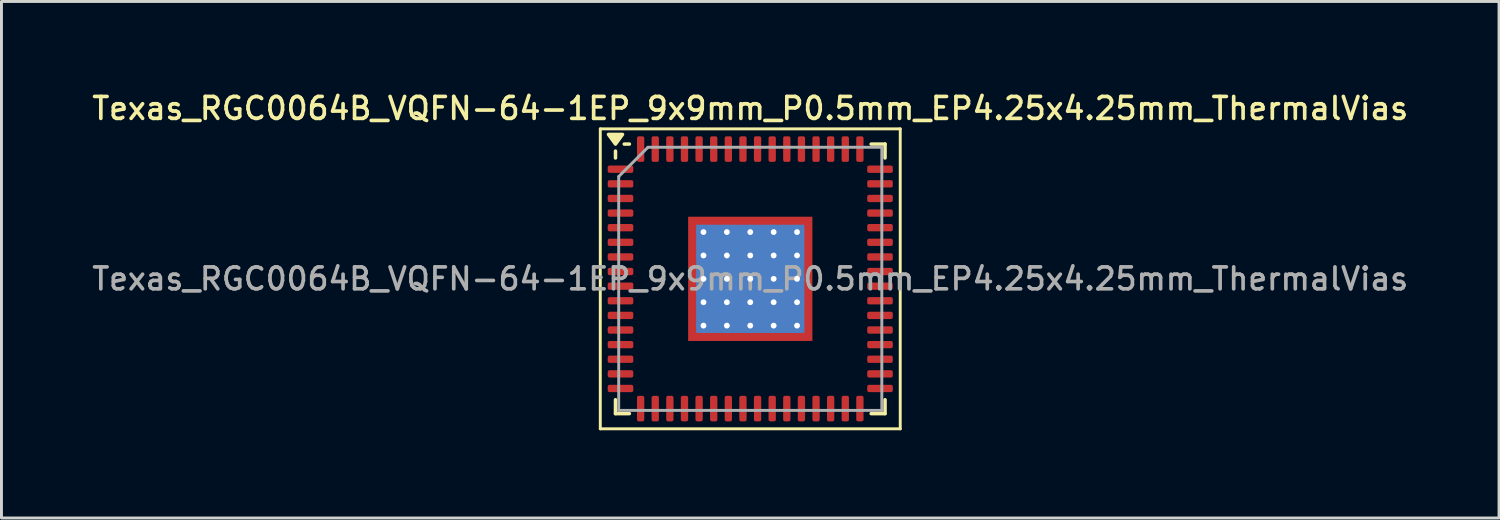
<source format=kicad_pcb>
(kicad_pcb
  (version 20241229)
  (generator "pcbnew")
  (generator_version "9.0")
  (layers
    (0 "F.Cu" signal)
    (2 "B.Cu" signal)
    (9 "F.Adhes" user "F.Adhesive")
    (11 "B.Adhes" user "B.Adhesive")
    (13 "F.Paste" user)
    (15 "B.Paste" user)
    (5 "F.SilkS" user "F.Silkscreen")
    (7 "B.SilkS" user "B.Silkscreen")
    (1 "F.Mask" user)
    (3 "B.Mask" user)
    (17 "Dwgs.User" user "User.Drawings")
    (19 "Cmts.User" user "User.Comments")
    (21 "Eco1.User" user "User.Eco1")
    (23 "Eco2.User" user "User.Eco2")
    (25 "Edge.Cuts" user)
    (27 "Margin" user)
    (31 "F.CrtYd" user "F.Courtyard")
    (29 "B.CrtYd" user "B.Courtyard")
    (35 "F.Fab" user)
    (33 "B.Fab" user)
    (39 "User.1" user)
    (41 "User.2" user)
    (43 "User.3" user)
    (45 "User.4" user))
  (footprint "Texas_RGC0064B_VQFN-64-1EP_9x9mm_P0.5mm_EP4.25x4.25mm_ThermalVias"
    (layer "F.Cu")
    (at 22.613 6.488)
    (property "Reference" "Texas_RGC0064B_VQFN-64-1EP_9x9mm_P0.5mm_EP4.25x4.25mm_ThermalVias" (at 0 -5.83 0) (layer "F.SilkS") (effects (font (size 0.75 0.75) (thickness 0.125))))
    (attr smd)
    (fp_line (start -5.13 -5.13) (end -5.13 5.13) (stroke (width 0.1) (type solid)) (layer "F.SilkS"))
    (fp_line (start -5.13 5.13) (end 5.13 5.13) (stroke (width 0.1) (type solid)) (layer "F.SilkS"))
    (fp_line (start -4.61 -4.135) (end -4.61 -4.37) (stroke (width 0.12) (type solid)) (layer "F.SilkS"))
    (fp_line (start -4.61 4.61) (end -4.61 4.135) (stroke (width 0.12) (type solid)) (layer "F.SilkS"))
    (fp_line (start -4.135 -4.61) (end -4.31 -4.61) (stroke (width 0.12) (type solid)) (layer "F.SilkS"))
    (fp_line (start -4.135 4.61) (end -4.61 4.61) (stroke (width 0.12) (type solid)) (layer "F.SilkS"))
    (fp_line (start 4.135 -4.61) (end 4.61 -4.61) (stroke (width 0.12) (type solid)) (layer "F.SilkS"))
    (fp_line (start 4.135 4.61) (end 4.61 4.61) (stroke (width 0.12) (type solid)) (layer "F.SilkS"))
    (fp_line (start 4.61 -4.61) (end 4.61 -4.135) (stroke (width 0.12) (type solid)) (layer "F.SilkS"))
    (fp_line (start 4.61 4.61) (end 4.61 4.135) (stroke (width 0.12) (type solid)) (layer "F.SilkS"))
    (fp_line (start 5.13 -5.13) (end -5.13 -5.13) (stroke (width 0.1) (type solid)) (layer "F.SilkS"))
    (fp_line (start 5.13 5.13) (end 5.13 -5.13) (stroke (width 0.1) (type solid)) (layer "F.SilkS"))
    (fp_poly (pts (xy -4.61 -4.61) (xy -4.85 -4.94) (xy -4.37 -4.94) (xy -4.61 -4.61)) (stroke (width 0.12) (type solid)) (fill yes) (layer "F.SilkS"))
    (fp_line (start -4.5 -3.5) (end -3.5 -4.5) (stroke (width 0.1) (type solid)) (layer "F.Fab"))
    (fp_line (start -4.5 4.5) (end -4.5 -3.5) (stroke (width 0.1) (type solid)) (layer "F.Fab"))
    (fp_line (start -3.5 -4.5) (end 4.5 -4.5) (stroke (width 0.1) (type solid)) (layer "F.Fab"))
    (fp_line (start 4.5 -4.5) (end 4.5 4.5) (stroke (width 0.1) (type solid)) (layer "F.Fab"))
    (fp_line (start 4.5 4.5) (end -4.5 4.5) (stroke (width 0.1) (type solid)) (layer "F.Fab"))
    (fp_text user "${REFERENCE}" (at 0 0 0) (layer "F.Fab") (effects (font (size 0.75 0.75) (thickness 0.125))))
    (pad "" smd custom (at -1.863 -1.863) (size 0.295 0.295) (layers "F.Paste") (options (anchor circle)) (primitives (gr_poly (pts (xy -0.106 -0.106) (xy 0.106 -0.106) (xy 0.106 -0.013) (xy -0.013 0.106) (xy -0.106 0.106)) (width 0.212) (fill yes))))
    (pad "" smd custom (at -1.863 -1.2) (size 0.314 0.314) (layers "F.Paste") (options (anchor circle)) (primitives (gr_poly (pts (xy -0.106 -0.217) (xy 0.013 -0.217) (xy 0.106 -0.124) (xy 0.106 0.124) (xy 0.013 0.217) (xy -0.106 0.217)) (width 0.212) (fill yes))))
    (pad "" smd custom (at -1.863 -0.4) (size 0.314 0.314) (layers "F.Paste") (options (anchor circle)) (primitives (gr_poly (pts (xy -0.106 -0.217) (xy 0.013 -0.217) (xy 0.106 -0.124) (xy 0.106 0.124) (xy 0.013 0.217) (xy -0.106 0.217)) (width 0.212) (fill yes))))
    (pad "" smd custom (at -1.863 0.4) (size 0.314 0.314) (layers "F.Paste") (options (anchor circle)) (primitives (gr_poly (pts (xy -0.106 -0.217) (xy 0.013 -0.217) (xy 0.106 -0.124) (xy 0.106 0.124) (xy 0.013 0.217) (xy -0.106 0.217)) (width 0.212) (fill yes))))
    (pad "" smd custom (at -1.863 1.2) (size 0.314 0.314) (layers "F.Paste") (options (anchor circle)) (primitives (gr_poly (pts (xy -0.106 -0.217) (xy 0.013 -0.217) (xy 0.106 -0.124) (xy 0.106 0.124) (xy 0.013 0.217) (xy -0.106 0.217)) (width 0.212) (fill yes))))
    (pad "" smd custom (at -1.863 1.863) (size 0.295 0.295) (layers "F.Paste") (options (anchor circle)) (primitives (gr_poly (pts (xy -0.106 -0.106) (xy -0.013 -0.106) (xy 0.106 0.013) (xy 0.106 0.106) (xy -0.106 0.106)) (width 0.212) (fill yes))))
    (pad "" smd custom (at -1.2 -1.863) (size 0.314 0.314) (layers "F.Paste") (options (anchor circle)) (primitives (gr_poly (pts (xy -0.217 -0.106) (xy 0.217 -0.106) (xy 0.217 0.013) (xy 0.124 0.106) (xy -0.124 0.106) (xy -0.217 0.013)) (width 0.212) (fill yes))))
    (pad "" smd custom (at -1.2 -1.2) (size 0.555 0.555) (layers "F.Paste") (options (anchor circle)) (primitives (gr_poly (pts (xy -0.232 -0.157) (xy -0.157 -0.232) (xy 0.157 -0.232) (xy 0.232 -0.157) (xy 0.232 0.157) (xy 0.157 0.232) (xy -0.157 0.232) (xy -0.232 0.157)) (width 0.181) (fill yes))))
    (pad "" smd custom (at -1.2 -0.4) (size 0.555 0.555) (layers "F.Paste") (options (anchor circle)) (primitives (gr_poly (pts (xy -0.232 -0.157) (xy -0.157 -0.232) (xy 0.157 -0.232) (xy 0.232 -0.157) (xy 0.232 0.157) (xy 0.157 0.232) (xy -0.157 0.232) (xy -0.232 0.157)) (width 0.181) (fill yes))))
    (pad "" smd custom (at -1.2 0.4) (size 0.555 0.555) (layers "F.Paste") (options (anchor circle)) (primitives (gr_poly (pts (xy -0.232 -0.157) (xy -0.157 -0.232) (xy 0.157 -0.232) (xy 0.232 -0.157) (xy 0.232 0.157) (xy 0.157 0.232) (xy -0.157 0.232) (xy -0.232 0.157)) (width 0.181) (fill yes))))
    (pad "" smd custom (at -1.2 1.2) (size 0.555 0.555) (layers "F.Paste") (options (anchor circle)) (primitives (gr_poly (pts (xy -0.232 -0.157) (xy -0.157 -0.232) (xy 0.157 -0.232) (xy 0.232 -0.157) (xy 0.232 0.157) (xy 0.157 0.232) (xy -0.157 0.232) (xy -0.232 0.157)) (width 0.181) (fill yes))))
    (pad "" smd custom (at -1.2 1.863) (size 0.314 0.314) (layers "F.Paste") (options (anchor circle)) (primitives (gr_poly (pts (xy -0.217 -0.013) (xy -0.124 -0.106) (xy 0.124 -0.106) (xy 0.217 -0.013) (xy 0.217 0.106) (xy -0.217 0.106)) (width 0.212) (fill yes))))
    (pad "" smd custom (at -0.4 -1.863) (size 0.314 0.314) (layers "F.Paste") (options (anchor circle)) (primitives (gr_poly (pts (xy -0.217 -0.106) (xy 0.217 -0.106) (xy 0.217 0.013) (xy 0.124 0.106) (xy -0.124 0.106) (xy -0.217 0.013)) (width 0.212) (fill yes))))
    (pad "" smd custom (at -0.4 -1.2) (size 0.555 0.555) (layers "F.Paste") (options (anchor circle)) (primitives (gr_poly (pts (xy -0.232 -0.157) (xy -0.157 -0.232) (xy 0.157 -0.232) (xy 0.232 -0.157) (xy 0.232 0.157) (xy 0.157 0.232) (xy -0.157 0.232) (xy -0.232 0.157)) (width 0.181) (fill yes))))
    (pad "" smd custom (at -0.4 -0.4) (size 0.555 0.555) (layers "F.Paste") (options (anchor circle)) (primitives (gr_poly (pts (xy -0.232 -0.157) (xy -0.157 -0.232) (xy 0.157 -0.232) (xy 0.232 -0.157) (xy 0.232 0.157) (xy 0.157 0.232) (xy -0.157 0.232) (xy -0.232 0.157)) (width 0.181) (fill yes))))
    (pad "" smd custom (at -0.4 0.4) (size 0.555 0.555) (layers "F.Paste") (options (anchor circle)) (primitives (gr_poly (pts (xy -0.232 -0.157) (xy -0.157 -0.232) (xy 0.157 -0.232) (xy 0.232 -0.157) (xy 0.232 0.157) (xy 0.157 0.232) (xy -0.157 0.232) (xy -0.232 0.157)) (width 0.181) (fill yes))))
    (pad "" smd custom (at -0.4 1.2) (size 0.555 0.555) (layers "F.Paste") (options (anchor circle)) (primitives (gr_poly (pts (xy -0.232 -0.157) (xy -0.157 -0.232) (xy 0.157 -0.232) (xy 0.232 -0.157) (xy 0.232 0.157) (xy 0.157 0.232) (xy -0.157 0.232) (xy -0.232 0.157)) (width 0.181) (fill yes))))
    (pad "" smd custom (at -0.4 1.863) (size 0.314 0.314) (layers "F.Paste") (options (anchor circle)) (primitives (gr_poly (pts (xy -0.217 -0.013) (xy -0.124 -0.106) (xy 0.124 -0.106) (xy 0.217 -0.013) (xy 0.217 0.106) (xy -0.217 0.106)) (width 0.212) (fill yes))))
    (pad "" smd custom (at 0.4 -1.863) (size 0.314 0.314) (layers "F.Paste") (options (anchor circle)) (primitives (gr_poly (pts (xy -0.217 -0.106) (xy 0.217 -0.106) (xy 0.217 0.013) (xy 0.124 0.106) (xy -0.124 0.106) (xy -0.217 0.013)) (width 0.212) (fill yes))))
    (pad "" smd custom (at 0.4 -1.2) (size 0.555 0.555) (layers "F.Paste") (options (anchor circle)) (primitives (gr_poly (pts (xy -0.232 -0.157) (xy -0.157 -0.232) (xy 0.157 -0.232) (xy 0.232 -0.157) (xy 0.232 0.157) (xy 0.157 0.232) (xy -0.157 0.232) (xy -0.232 0.157)) (width 0.181) (fill yes))))
    (pad "" smd custom (at 0.4 -0.4) (size 0.555 0.555) (layers "F.Paste") (options (anchor circle)) (primitives (gr_poly (pts (xy -0.232 -0.157) (xy -0.157 -0.232) (xy 0.157 -0.232) (xy 0.232 -0.157) (xy 0.232 0.157) (xy 0.157 0.232) (xy -0.157 0.232) (xy -0.232 0.157)) (width 0.181) (fill yes))))
    (pad "" smd custom (at 0.4 0.4) (size 0.555 0.555) (layers "F.Paste") (options (anchor circle)) (primitives (gr_poly (pts (xy -0.232 -0.157) (xy -0.157 -0.232) (xy 0.157 -0.232) (xy 0.232 -0.157) (xy 0.232 0.157) (xy 0.157 0.232) (xy -0.157 0.232) (xy -0.232 0.157)) (width 0.181) (fill yes))))
    (pad "" smd custom (at 0.4 1.2) (size 0.555 0.555) (layers "F.Paste") (options (anchor circle)) (primitives (gr_poly (pts (xy -0.232 -0.157) (xy -0.157 -0.232) (xy 0.157 -0.232) (xy 0.232 -0.157) (xy 0.232 0.157) (xy 0.157 0.232) (xy -0.157 0.232) (xy -0.232 0.157)) (width 0.181) (fill yes))))
    (pad "" smd custom (at 0.4 1.863) (size 0.314 0.314) (layers "F.Paste") (options (anchor circle)) (primitives (gr_poly (pts (xy -0.217 -0.013) (xy -0.124 -0.106) (xy 0.124 -0.106) (xy 0.217 -0.013) (xy 0.217 0.106) (xy -0.217 0.106)) (width 0.212) (fill yes))))
    (pad "" smd custom (at 1.2 -1.863) (size 0.314 0.314) (layers "F.Paste") (options (anchor circle)) (primitives (gr_poly (pts (xy -0.217 -0.106) (xy 0.217 -0.106) (xy 0.217 0.013) (xy 0.124 0.106) (xy -0.124 0.106) (xy -0.217 0.013)) (width 0.212) (fill yes))))
    (pad "" smd custom (at 1.2 -1.2) (size 0.555 0.555) (layers "F.Paste") (options (anchor circle)) (primitives (gr_poly (pts (xy -0.232 -0.157) (xy -0.157 -0.232) (xy 0.157 -0.232) (xy 0.232 -0.157) (xy 0.232 0.157) (xy 0.157 0.232) (xy -0.157 0.232) (xy -0.232 0.157)) (width 0.181) (fill yes))))
    (pad "" smd custom (at 1.2 -0.4) (size 0.555 0.555) (layers "F.Paste") (options (anchor circle)) (primitives (gr_poly (pts (xy -0.232 -0.157) (xy -0.157 -0.232) (xy 0.157 -0.232) (xy 0.232 -0.157) (xy 0.232 0.157) (xy 0.157 0.232) (xy -0.157 0.232) (xy -0.232 0.157)) (width 0.181) (fill yes))))
    (pad "" smd custom (at 1.2 0.4) (size 0.555 0.555) (layers "F.Paste") (options (anchor circle)) (primitives (gr_poly (pts (xy -0.232 -0.157) (xy -0.157 -0.232) (xy 0.157 -0.232) (xy 0.232 -0.157) (xy 0.232 0.157) (xy 0.157 0.232) (xy -0.157 0.232) (xy -0.232 0.157)) (width 0.181) (fill yes))))
    (pad "" smd custom (at 1.2 1.2) (size 0.555 0.555) (layers "F.Paste") (options (anchor circle)) (primitives (gr_poly (pts (xy -0.232 -0.157) (xy -0.157 -0.232) (xy 0.157 -0.232) (xy 0.232 -0.157) (xy 0.232 0.157) (xy 0.157 0.232) (xy -0.157 0.232) (xy -0.232 0.157)) (width 0.181) (fill yes))))
    (pad "" smd custom (at 1.2 1.863) (size 0.314 0.314) (layers "F.Paste") (options (anchor circle)) (primitives (gr_poly (pts (xy -0.217 -0.013) (xy -0.124 -0.106) (xy 0.124 -0.106) (xy 0.217 -0.013) (xy 0.217 0.106) (xy -0.217 0.106)) (width 0.212) (fill yes))))
    (pad "" smd custom (at 1.863 -1.863) (size 0.295 0.295) (layers "F.Paste") (options (anchor circle)) (primitives (gr_poly (pts (xy -0.106 -0.106) (xy 0.106 -0.106) (xy 0.106 0.106) (xy 0.013 0.106) (xy -0.106 -0.013)) (width 0.212) (fill yes))))
    (pad "" smd custom (at 1.863 -1.2) (size 0.314 0.314) (layers "F.Paste") (options (anchor circle)) (primitives (gr_poly (pts (xy -0.106 -0.124) (xy -0.013 -0.217) (xy 0.106 -0.217) (xy 0.106 0.217) (xy -0.013 0.217) (xy -0.106 0.124)) (width 0.212) (fill yes))))
    (pad "" smd custom (at 1.863 -0.4) (size 0.314 0.314) (layers "F.Paste") (options (anchor circle)) (primitives (gr_poly (pts (xy -0.106 -0.124) (xy -0.013 -0.217) (xy 0.106 -0.217) (xy 0.106 0.217) (xy -0.013 0.217) (xy -0.106 0.124)) (width 0.212) (fill yes))))
    (pad "" smd custom (at 1.863 0.4) (size 0.314 0.314) (layers "F.Paste") (options (anchor circle)) (primitives (gr_poly (pts (xy -0.106 -0.124) (xy -0.013 -0.217) (xy 0.106 -0.217) (xy 0.106 0.217) (xy -0.013 0.217) (xy -0.106 0.124)) (width 0.212) (fill yes))))
    (pad "" smd custom (at 1.863 1.2) (size 0.314 0.314) (layers "F.Paste") (options (anchor circle)) (primitives (gr_poly (pts (xy -0.106 -0.124) (xy -0.013 -0.217) (xy 0.106 -0.217) (xy 0.106 0.217) (xy -0.013 0.217) (xy -0.106 0.124)) (width 0.212) (fill yes))))
    (pad "" smd custom (at 1.863 1.863) (size 0.295 0.295) (layers "F.Paste") (options (anchor circle)) (primitives (gr_poly (pts (xy -0.106 0.013) (xy 0.013 -0.106) (xy 0.106 -0.106) (xy 0.106 0.106) (xy -0.106 0.106)) (width 0.212) (fill yes))))
    (pad "1" smd roundrect (at -4.438 -3.75) (size 0.875 0.25) (layers "F.Cu" "F.Mask" "F.Paste") (roundrect_rratio 0.25))
    (pad "2" smd roundrect (at -4.438 -3.25) (size 0.875 0.25) (layers "F.Cu" "F.Mask" "F.Paste") (roundrect_rratio 0.25))
    (pad "3" smd roundrect (at -4.438 -2.75) (size 0.875 0.25) (layers "F.Cu" "F.Mask" "F.Paste") (roundrect_rratio 0.25))
    (pad "4" smd roundrect (at -4.438 -2.25) (size 0.875 0.25) (layers "F.Cu" "F.Mask" "F.Paste") (roundrect_rratio 0.25))
    (pad "5" smd roundrect (at -4.438 -1.75) (size 0.875 0.25) (layers "F.Cu" "F.Mask" "F.Paste") (roundrect_rratio 0.25))
    (pad "6" smd roundrect (at -4.438 -1.25) (size 0.875 0.25) (layers "F.Cu" "F.Mask" "F.Paste") (roundrect_rratio 0.25))
    (pad "7" smd roundrect (at -4.438 -0.75) (size 0.875 0.25) (layers "F.Cu" "F.Mask" "F.Paste") (roundrect_rratio 0.25))
    (pad "8" smd roundrect (at -4.438 -0.25) (size 0.875 0.25) (layers "F.Cu" "F.Mask" "F.Paste") (roundrect_rratio 0.25))
    (pad "9" smd roundrect (at -4.438 0.25) (size 0.875 0.25) (layers "F.Cu" "F.Mask" "F.Paste") (roundrect_rratio 0.25))
    (pad "10" smd roundrect (at -4.438 0.75) (size 0.875 0.25) (layers "F.Cu" "F.Mask" "F.Paste") (roundrect_rratio 0.25))
    (pad "11" smd roundrect (at -4.438 1.25) (size 0.875 0.25) (layers "F.Cu" "F.Mask" "F.Paste") (roundrect_rratio 0.25))
    (pad "12" smd roundrect (at -4.438 1.75) (size 0.875 0.25) (layers "F.Cu" "F.Mask" "F.Paste") (roundrect_rratio 0.25))
    (pad "13" smd roundrect (at -4.438 2.25) (size 0.875 0.25) (layers "F.Cu" "F.Mask" "F.Paste") (roundrect_rratio 0.25))
    (pad "14" smd roundrect (at -4.438 2.75) (size 0.875 0.25) (layers "F.Cu" "F.Mask" "F.Paste") (roundrect_rratio 0.25))
    (pad "15" smd roundrect (at -4.438 3.25) (size 0.875 0.25) (layers "F.Cu" "F.Mask" "F.Paste") (roundrect_rratio 0.25))
    (pad "16" smd roundrect (at -4.438 3.75) (size 0.875 0.25) (layers "F.Cu" "F.Mask" "F.Paste") (roundrect_rratio 0.25))
    (pad "17" smd roundrect (at -3.75 4.438) (size 0.25 0.875) (layers "F.Cu" "F.Mask" "F.Paste") (roundrect_rratio 0.25))
    (pad "18" smd roundrect (at -3.25 4.438) (size 0.25 0.875) (layers "F.Cu" "F.Mask" "F.Paste") (roundrect_rratio 0.25))
    (pad "19" smd roundrect (at -2.75 4.438) (size 0.25 0.875) (layers "F.Cu" "F.Mask" "F.Paste") (roundrect_rratio 0.25))
    (pad "20" smd roundrect (at -2.25 4.438) (size 0.25 0.875) (layers "F.Cu" "F.Mask" "F.Paste") (roundrect_rratio 0.25))
    (pad "21" smd roundrect (at -1.75 4.438) (size 0.25 0.875) (layers "F.Cu" "F.Mask" "F.Paste") (roundrect_rratio 0.25))
    (pad "22" smd roundrect (at -1.25 4.438) (size 0.25 0.875) (layers "F.Cu" "F.Mask" "F.Paste") (roundrect_rratio 0.25))
    (pad "23" smd roundrect (at -0.75 4.438) (size 0.25 0.875) (layers "F.Cu" "F.Mask" "F.Paste") (roundrect_rratio 0.25))
    (pad "24" smd roundrect (at -0.25 4.438) (size 0.25 0.875) (layers "F.Cu" "F.Mask" "F.Paste") (roundrect_rratio 0.25))
    (pad "25" smd roundrect (at 0.25 4.438) (size 0.25 0.875) (layers "F.Cu" "F.Mask" "F.Paste") (roundrect_rratio 0.25))
    (pad "26" smd roundrect (at 0.75 4.438) (size 0.25 0.875) (layers "F.Cu" "F.Mask" "F.Paste") (roundrect_rratio 0.25))
    (pad "27" smd roundrect (at 1.25 4.438) (size 0.25 0.875) (layers "F.Cu" "F.Mask" "F.Paste") (roundrect_rratio 0.25))
    (pad "28" smd roundrect (at 1.75 4.438) (size 0.25 0.875) (layers "F.Cu" "F.Mask" "F.Paste") (roundrect_rratio 0.25))
    (pad "29" smd roundrect (at 2.25 4.438) (size 0.25 0.875) (layers "F.Cu" "F.Mask" "F.Paste") (roundrect_rratio 0.25))
    (pad "30" smd roundrect (at 2.75 4.438) (size 0.25 0.875) (layers "F.Cu" "F.Mask" "F.Paste") (roundrect_rratio 0.25))
    (pad "31" smd roundrect (at 3.25 4.438) (size 0.25 0.875) (layers "F.Cu" "F.Mask" "F.Paste") (roundrect_rratio 0.25))
    (pad "32" smd roundrect (at 3.75 4.438) (size 0.25 0.875) (layers "F.Cu" "F.Mask" "F.Paste") (roundrect_rratio 0.25))
    (pad "33" smd roundrect (at 4.438 3.75) (size 0.875 0.25) (layers "F.Cu" "F.Mask" "F.Paste") (roundrect_rratio 0.25))
    (pad "34" smd roundrect (at 4.438 3.25) (size 0.875 0.25) (layers "F.Cu" "F.Mask" "F.Paste") (roundrect_rratio 0.25))
    (pad "35" smd roundrect (at 4.438 2.75) (size 0.875 0.25) (layers "F.Cu" "F.Mask" "F.Paste") (roundrect_rratio 0.25))
    (pad "36" smd roundrect (at 4.438 2.25) (size 0.875 0.25) (layers "F.Cu" "F.Mask" "F.Paste") (roundrect_rratio 0.25))
    (pad "37" smd roundrect (at 4.438 1.75) (size 0.875 0.25) (layers "F.Cu" "F.Mask" "F.Paste") (roundrect_rratio 0.25))
    (pad "38" smd roundrect (at 4.438 1.25) (size 0.875 0.25) (layers "F.Cu" "F.Mask" "F.Paste") (roundrect_rratio 0.25))
    (pad "39" smd roundrect (at 4.438 0.75) (size 0.875 0.25) (layers "F.Cu" "F.Mask" "F.Paste") (roundrect_rratio 0.25))
    (pad "40" smd roundrect (at 4.438 0.25) (size 0.875 0.25) (layers "F.Cu" "F.Mask" "F.Paste") (roundrect_rratio 0.25))
    (pad "41" smd roundrect (at 4.438 -0.25) (size 0.875 0.25) (layers "F.Cu" "F.Mask" "F.Paste") (roundrect_rratio 0.25))
    (pad "42" smd roundrect (at 4.438 -0.75) (size 0.875 0.25) (layers "F.Cu" "F.Mask" "F.Paste") (roundrect_rratio 0.25))
    (pad "43" smd roundrect (at 4.438 -1.25) (size 0.875 0.25) (layers "F.Cu" "F.Mask" "F.Paste") (roundrect_rratio 0.25))
    (pad "44" smd roundrect (at 4.438 -1.75) (size 0.875 0.25) (layers "F.Cu" "F.Mask" "F.Paste") (roundrect_rratio 0.25))
    (pad "45" smd roundrect (at 4.438 -2.25) (size 0.875 0.25) (layers "F.Cu" "F.Mask" "F.Paste") (roundrect_rratio 0.25))
    (pad "46" smd roundrect (at 4.438 -2.75) (size 0.875 0.25) (layers "F.Cu" "F.Mask" "F.Paste") (roundrect_rratio 0.25))
    (pad "47" smd roundrect (at 4.438 -3.25) (size 0.875 0.25) (layers "F.Cu" "F.Mask" "F.Paste") (roundrect_rratio 0.25))
    (pad "48" smd roundrect (at 4.438 -3.75) (size 0.875 0.25) (layers "F.Cu" "F.Mask" "F.Paste") (roundrect_rratio 0.25))
    (pad "49" smd roundrect (at 3.75 -4.438) (size 0.25 0.875) (layers "F.Cu" "F.Mask" "F.Paste") (roundrect_rratio 0.25))
    (pad "50" smd roundrect (at 3.25 -4.438) (size 0.25 0.875) (layers "F.Cu" "F.Mask" "F.Paste") (roundrect_rratio 0.25))
    (pad "51" smd roundrect (at 2.75 -4.438) (size 0.25 0.875) (layers "F.Cu" "F.Mask" "F.Paste") (roundrect_rratio 0.25))
    (pad "52" smd roundrect (at 2.25 -4.438) (size 0.25 0.875) (layers "F.Cu" "F.Mask" "F.Paste") (roundrect_rratio 0.25))
    (pad "53" smd roundrect (at 1.75 -4.438) (size 0.25 0.875) (layers "F.Cu" "F.Mask" "F.Paste") (roundrect_rratio 0.25))
    (pad "54" smd roundrect (at 1.25 -4.438) (size 0.25 0.875) (layers "F.Cu" "F.Mask" "F.Paste") (roundrect_rratio 0.25))
    (pad "55" smd roundrect (at 0.75 -4.438) (size 0.25 0.875) (layers "F.Cu" "F.Mask" "F.Paste") (roundrect_rratio 0.25))
    (pad "56" smd roundrect (at 0.25 -4.438) (size 0.25 0.875) (layers "F.Cu" "F.Mask" "F.Paste") (roundrect_rratio 0.25))
    (pad "57" smd roundrect (at -0.25 -4.438) (size 0.25 0.875) (layers "F.Cu" "F.Mask" "F.Paste") (roundrect_rratio 0.25))
    (pad "58" smd roundrect (at -0.75 -4.438) (size 0.25 0.875) (layers "F.Cu" "F.Mask" "F.Paste") (roundrect_rratio 0.25))
    (pad "59" smd roundrect (at -1.25 -4.438) (size 0.25 0.875) (layers "F.Cu" "F.Mask" "F.Paste") (roundrect_rratio 0.25))
    (pad "60" smd roundrect (at -1.75 -4.438) (size 0.25 0.875) (layers "F.Cu" "F.Mask" "F.Paste") (roundrect_rratio 0.25))
    (pad "61" smd roundrect (at -2.25 -4.438) (size 0.25 0.875) (layers "F.Cu" "F.Mask" "F.Paste") (roundrect_rratio 0.25))
    (pad "62" smd roundrect (at -2.75 -4.438) (size 0.25 0.875) (layers "F.Cu" "F.Mask" "F.Paste") (roundrect_rratio 0.25))
    (pad "63" smd roundrect (at -3.25 -4.438) (size 0.25 0.875) (layers "F.Cu" "F.Mask" "F.Paste") (roundrect_rratio 0.25))
    (pad "64" smd roundrect (at -3.75 -4.438) (size 0.25 0.875) (layers "F.Cu" "F.Mask" "F.Paste") (roundrect_rratio 0.25))
    (pad "65" thru_hole circle (at -1.6 -1.6) (size 0.5 0.5) (drill 0.2) (property pad_prop_heatsink) (layers "*.Cu"))
    (pad "65" thru_hole circle (at -1.6 -0.8) (size 0.5 0.5) (drill 0.2) (property pad_prop_heatsink) (layers "*.Cu"))
    (pad "65" thru_hole circle (at -1.6 0) (size 0.5 0.5) (drill 0.2) (property pad_prop_heatsink) (layers "*.Cu"))
    (pad "65" thru_hole circle (at -1.6 0.8) (size 0.5 0.5) (drill 0.2) (property pad_prop_heatsink) (layers "*.Cu"))
    (pad "65" thru_hole circle (at -1.6 1.6) (size 0.5 0.5) (drill 0.2) (property pad_prop_heatsink) (layers "*.Cu"))
    (pad "65" thru_hole circle (at -0.8 -1.6) (size 0.5 0.5) (drill 0.2) (property pad_prop_heatsink) (layers "*.Cu"))
    (pad "65" thru_hole circle (at -0.8 -0.8) (size 0.5 0.5) (drill 0.2) (property pad_prop_heatsink) (layers "*.Cu"))
    (pad "65" thru_hole circle (at -0.8 0) (size 0.5 0.5) (drill 0.2) (property pad_prop_heatsink) (layers "*.Cu"))
    (pad "65" thru_hole circle (at -0.8 0.8) (size 0.5 0.5) (drill 0.2) (property pad_prop_heatsink) (layers "*.Cu"))
    (pad "65" thru_hole circle (at -0.8 1.6) (size 0.5 0.5) (drill 0.2) (property pad_prop_heatsink) (layers "*.Cu"))
    (pad "65" thru_hole circle (at 0 -1.6) (size 0.5 0.5) (drill 0.2) (property pad_prop_heatsink) (layers "*.Cu"))
    (pad "65" thru_hole circle (at 0 -0.8) (size 0.5 0.5) (drill 0.2) (property pad_prop_heatsink) (layers "*.Cu"))
    (pad "65" thru_hole circle (at 0 0) (size 0.5 0.5) (drill 0.2) (property pad_prop_heatsink) (layers "*.Cu"))
    (pad "65" smd rect (at 0 0) (size 3.7 3.7) (property pad_prop_heatsink) (layers "B.Cu"))
    (pad "65" smd rect (at 0 0) (size 4.25 4.25) (property pad_prop_heatsink) (layers "F.Cu" "F.Mask"))
    (pad "65" thru_hole circle (at 0 0.8) (size 0.5 0.5) (drill 0.2) (property pad_prop_heatsink) (layers "*.Cu"))
    (pad "65" thru_hole circle (at 0 1.6) (size 0.5 0.5) (drill 0.2) (property pad_prop_heatsink) (layers "*.Cu"))
    (pad "65" thru_hole circle (at 0.8 -1.6) (size 0.5 0.5) (drill 0.2) (property pad_prop_heatsink) (layers "*.Cu"))
    (pad "65" thru_hole circle (at 0.8 -0.8) (size 0.5 0.5) (drill 0.2) (property pad_prop_heatsink) (layers "*.Cu"))
    (pad "65" thru_hole circle (at 0.8 0) (size 0.5 0.5) (drill 0.2) (property pad_prop_heatsink) (layers "*.Cu"))
    (pad "65" thru_hole circle (at 0.8 0.8) (size 0.5 0.5) (drill 0.2) (property pad_prop_heatsink) (layers "*.Cu"))
    (pad "65" thru_hole circle (at 0.8 1.6) (size 0.5 0.5) (drill 0.2) (property pad_prop_heatsink) (layers "*.Cu"))
    (pad "65" thru_hole circle (at 1.6 -1.6) (size 0.5 0.5) (drill 0.2) (property pad_prop_heatsink) (layers "*.Cu"))
    (pad "65" thru_hole circle (at 1.6 -0.8) (size 0.5 0.5) (drill 0.2) (property pad_prop_heatsink) (layers "*.Cu"))
    (pad "65" thru_hole circle (at 1.6 0) (size 0.5 0.5) (drill 0.2) (property pad_prop_heatsink) (layers "*.Cu"))
    (pad "65" thru_hole circle (at 1.6 0.8) (size 0.5 0.5) (drill 0.2) (property pad_prop_heatsink) (layers "*.Cu"))
    (pad "65" thru_hole circle (at 1.6 1.6) (size 0.5 0.5) (drill 0.2) (property pad_prop_heatsink) (layers "*.Cu")))
  (gr_rect
    (start -3 -3)
    (end 48.225 14.668)
    (stroke (width 0.1) (type default))
    (fill no)
    (layer "Edge.Cuts")))
</source>
